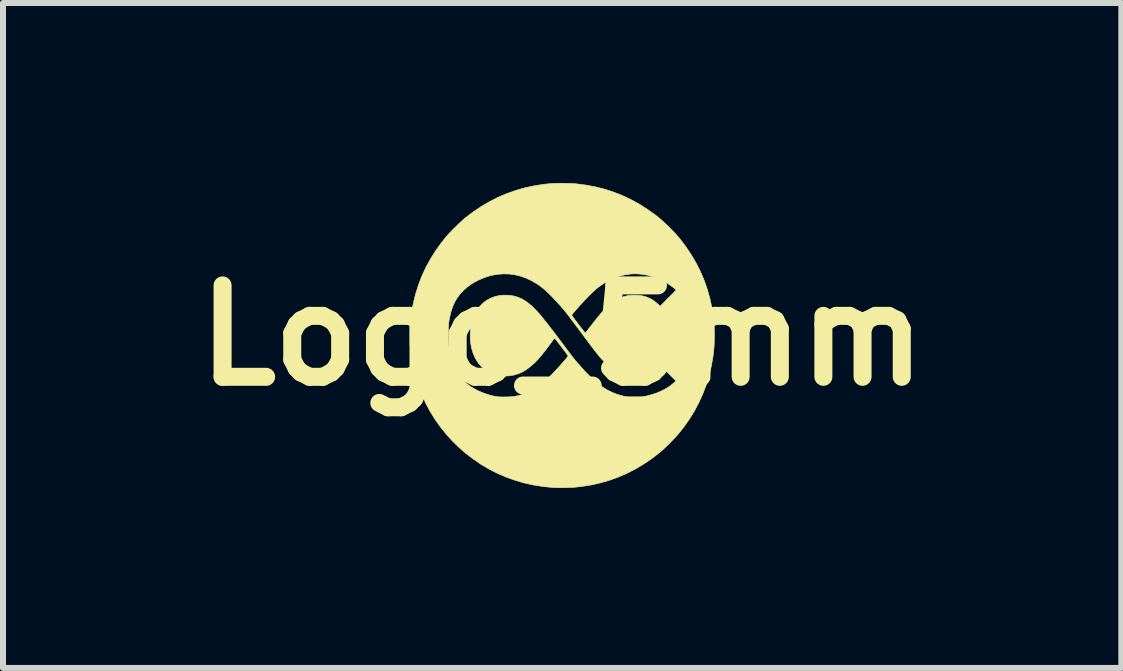
<source format=kicad_pcb>
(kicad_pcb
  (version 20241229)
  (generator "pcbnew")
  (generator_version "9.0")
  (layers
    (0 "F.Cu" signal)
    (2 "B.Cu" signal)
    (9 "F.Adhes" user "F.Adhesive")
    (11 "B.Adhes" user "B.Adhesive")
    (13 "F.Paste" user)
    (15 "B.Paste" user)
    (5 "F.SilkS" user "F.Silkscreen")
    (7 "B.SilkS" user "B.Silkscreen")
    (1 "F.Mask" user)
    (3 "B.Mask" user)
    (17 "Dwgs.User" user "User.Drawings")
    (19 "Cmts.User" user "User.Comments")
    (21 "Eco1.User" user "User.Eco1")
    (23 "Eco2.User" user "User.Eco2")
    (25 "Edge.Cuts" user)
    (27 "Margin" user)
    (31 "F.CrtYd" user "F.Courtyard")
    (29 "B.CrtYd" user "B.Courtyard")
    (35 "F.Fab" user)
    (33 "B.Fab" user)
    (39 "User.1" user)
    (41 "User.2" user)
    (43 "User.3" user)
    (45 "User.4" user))
  (footprint "Logo_5mm"
    (layer "F.Cu")
    (at 6.321 2.542)
    (property "Reference" "Logo_5mm" (at 0 0 0) (layer "F.SilkS") (effects (font (size 1.524 1.524) (thickness 0.3))))
    (attr through_hole)
    (fp_poly (pts (xy 0.043 -2.536) (xy 0.099 -2.535) (xy 0.152 -2.533) (xy 0.199 -2.531) (xy 0.234 -2.528) (xy 0.397 -2.507) (xy 0.555 -2.477) (xy 0.71 -2.438) (xy 0.861 -2.389) (xy 1.008 -2.331) (xy 1.151 -2.263) (xy 1.291 -2.186) (xy 1.426 -2.099) (xy 1.559 -2.004) (xy 1.631 -1.946) (xy 1.663 -1.918) (xy 1.7 -1.884) (xy 1.741 -1.845) (xy 1.783 -1.804) (xy 1.826 -1.761) (xy 1.867 -1.718) (xy 1.905 -1.677) (xy 1.938 -1.639) (xy 1.963 -1.61) (xy 2.062 -1.48) (xy 2.152 -1.345) (xy 2.233 -1.207) (xy 2.305 -1.065) (xy 2.367 -0.919) (xy 2.419 -0.77) (xy 2.462 -0.618) (xy 2.496 -0.462) (xy 2.512 -0.365) (xy 2.52 -0.305) (xy 2.526 -0.252) (xy 2.531 -0.201) (xy 2.534 -0.151) (xy 2.536 -0.098) (xy 2.537 -0.039) (xy 2.537 0) (xy 2.536 0.063) (xy 2.535 0.119) (xy 2.533 0.171) (xy 2.529 0.221) (xy 2.524 0.272) (xy 2.517 0.328) (xy 2.512 0.365) (xy 2.484 0.522) (xy 2.447 0.676) (xy 2.4 0.828) (xy 2.344 0.975) (xy 2.278 1.12) (xy 2.204 1.26) (xy 2.12 1.396) (xy 2.027 1.528) (xy 1.953 1.621) (xy 1.926 1.653) (xy 1.893 1.69) (xy 1.855 1.73) (xy 1.815 1.772) (xy 1.773 1.813) (xy 1.732 1.853) (xy 1.694 1.89) (xy 1.658 1.922) (xy 1.631 1.946) (xy 1.501 2.047) (xy 1.367 2.139) (xy 1.229 2.221) (xy 1.088 2.294) (xy 0.942 2.358) (xy 0.794 2.412) (xy 0.641 2.457) (xy 0.485 2.492) (xy 0.325 2.517) (xy 0.237 2.527) (xy 0.193 2.531) (xy 0.142 2.534) (xy 0.088 2.536) (xy 0.032 2.537) (xy -0.023 2.538) (xy -0.075 2.537) (xy -0.12 2.536) (xy -0.143 2.535) (xy -0.306 2.52) (xy -0.467 2.495) (xy -0.624 2.461) (xy -0.777 2.417) (xy -0.926 2.364) (xy -1.072 2.302) (xy -1.213 2.231) (xy -1.349 2.151) (xy -1.481 2.061) (xy -1.608 1.964) (xy -1.729 1.857) (xy -1.819 1.77) (xy -1.927 1.652) (xy -2.027 1.528) (xy -2.119 1.399) (xy -2.202 1.265) (xy -2.276 1.126) (xy -2.341 0.982) (xy -2.398 0.834) (xy -2.445 0.681) (xy -2.483 0.525) (xy -2.512 0.365) (xy -2.53 0.208) (xy -2.533 0.176) (xy -2.535 0.135) (xy -2.536 0.088) (xy -2.536 0.038) (xy -2.536 0.01) (xy -1.897 0.01) (xy -1.897 0.057) (xy -1.895 0.1) (xy -1.894 0.138) (xy -1.891 0.169) (xy -1.891 0.17) (xy -1.874 0.276) (xy -1.852 0.375) (xy -1.822 0.466) (xy -1.786 0.55) (xy -1.743 0.626) (xy -1.694 0.695) (xy -1.654 0.74) (xy -1.605 0.788) (xy -1.556 0.829) (xy -1.503 0.866) (xy -1.444 0.9) (xy -1.396 0.924) (xy -1.339 0.949) (xy -1.277 0.972) (xy -1.214 0.992) (xy -1.151 1.008) (xy -1.092 1.019) (xy -1.067 1.023) (xy -1.044 1.024) (xy -1.014 1.025) (xy -0.979 1.026) (xy -0.941 1.025) (xy -0.903 1.024) (xy -0.868 1.023) (xy -0.837 1.021) (xy -0.813 1.019) (xy -0.81 1.018) (xy -0.724 1.001) (xy -0.639 0.976) (xy -0.558 0.943) (xy -0.513 0.921) (xy -0.464 0.893) (xy -0.415 0.862) (xy -0.367 0.828) (xy -0.319 0.789) (xy -0.268 0.745) (xy -0.216 0.695) (xy -0.16 0.638) (xy -0.1 0.574) (xy -0.056 0.526) (xy -0.017 0.482) (xy 0.016 0.445) (xy 0.043 0.414) (xy 0.064 0.389) (xy 0.079 0.37) (xy 0.09 0.355) (xy 0.096 0.346) (xy 0.098 0.34) (xy 0.098 0.338) (xy 0.092 0.329) (xy 0.081 0.314) (xy 0.067 0.294) (xy 0.049 0.269) (xy 0.028 0.242) (xy 0.006 0.213) (xy -0.017 0.183) (xy -0.039 0.154) (xy -0.061 0.126) (xy -0.081 0.1) (xy -0.098 0.078) (xy -0.112 0.061) (xy -0.122 0.049) (xy -0.127 0.044) (xy -0.127 0.044) (xy -0.131 0.049) (xy -0.14 0.061) (xy -0.154 0.079) (xy -0.171 0.103) (xy -0.192 0.13) (xy -0.214 0.161) (xy -0.227 0.178) (xy -0.27 0.235) (xy -0.308 0.284) (xy -0.343 0.328) (xy -0.375 0.366) (xy -0.404 0.399) (xy -0.433 0.43) (xy -0.461 0.458) (xy -0.474 0.47) (xy -0.541 0.527) (xy -0.607 0.575) (xy -0.675 0.614) (xy -0.743 0.642) (xy -0.814 0.662) (xy -0.887 0.673) (xy -0.947 0.676) (xy -1.026 0.671) (xy -1.101 0.658) (xy -1.171 0.635) (xy -1.235 0.605) (xy -1.295 0.565) (xy -1.348 0.518) (xy -1.396 0.462) (xy -1.437 0.399) (xy -1.453 0.37) (xy -1.485 0.294) (xy -1.51 0.213) (xy -1.525 0.129) (xy -1.533 0.042) (xy -1.532 -0.047) (xy -1.522 -0.135) (xy -1.503 -0.222) (xy -1.503 -0.222) (xy -1.478 -0.302) (xy -1.445 -0.375) (xy -1.406 -0.44) (xy -1.36 -0.498) (xy -1.309 -0.548) (xy -1.252 -0.59) (xy -1.189 -0.623) (xy -1.122 -0.648) (xy -1.05 -0.665) (xy -0.973 -0.672) (xy -0.893 -0.67) (xy -0.892 -0.67) (xy -0.834 -0.663) (xy -0.777 -0.65) (xy -0.723 -0.632) (xy -0.669 -0.608) (xy -0.616 -0.576) (xy -0.563 -0.538) (xy -0.509 -0.492) (xy -0.453 -0.439) (xy -0.396 -0.377) (xy -0.335 -0.306) (xy -0.308 -0.272) (xy -0.255 -0.206) (xy -0.202 -0.138) (xy -0.146 -0.066) (xy -0.088 0.011) (xy -0.026 0.094) (xy 0.041 0.183) (xy 0.047 0.192) (xy 0.078 0.234) (xy 0.109 0.275) (xy 0.14 0.315) (xy 0.168 0.352) (xy 0.194 0.385) (xy 0.217 0.413) (xy 0.235 0.434) (xy 0.243 0.445) (xy 0.267 0.47) (xy 0.291 0.498) (xy 0.316 0.526) (xy 0.336 0.549) (xy 0.34 0.554) (xy 0.366 0.582) (xy 0.396 0.614) (xy 0.43 0.648) (xy 0.464 0.683) (xy 0.498 0.716) (xy 0.531 0.747) (xy 0.56 0.774) (xy 0.585 0.795) (xy 0.589 0.798) (xy 0.67 0.858) (xy 0.751 0.908) (xy 0.833 0.949) (xy 0.918 0.982) (xy 1.006 1.007) (xy 1.026 1.012) (xy 1.044 1.015) (xy 1.061 1.018) (xy 1.078 1.02) (xy 1.097 1.022) (xy 1.121 1.023) (xy 1.15 1.023) (xy 1.187 1.023) (xy 1.209 1.023) (xy 1.25 1.023) (xy 1.282 1.023) (xy 1.307 1.022) (xy 1.328 1.021) (xy 1.346 1.02) (xy 1.363 1.017) (xy 1.381 1.014) (xy 1.401 1.01) (xy 1.403 1.01) (xy 1.494 0.986) (xy 1.581 0.957) (xy 1.663 0.921) (xy 1.739 0.881) (xy 1.807 0.836) (xy 1.867 0.786) (xy 1.869 0.784) (xy 1.897 0.758) (xy 1.766 0.625) (xy 1.634 0.493) (xy 1.596 0.528) (xy 1.54 0.575) (xy 1.48 0.612) (xy 1.416 0.641) (xy 1.347 0.661) (xy 1.273 0.672) (xy 1.194 0.675) (xy 1.173 0.674) (xy 1.104 0.668) (xy 1.038 0.654) (xy 0.974 0.632) (xy 0.911 0.603) (xy 0.85 0.564) (xy 0.788 0.517) (xy 0.725 0.461) (xy 0.708 0.445) (xy 0.691 0.427) (xy 0.675 0.41) (xy 0.659 0.393) (xy 0.643 0.375) (xy 0.626 0.356) (xy 0.608 0.334) (xy 0.588 0.309) (xy 0.565 0.281) (xy 0.54 0.248) (xy 0.511 0.21) (xy 0.478 0.167) (xy 0.441 0.117) (xy 0.398 0.059) (xy 0.378 0.033) (xy 0.326 -0.037) (xy 0.28 -0.099) (xy 0.238 -0.154) (xy 0.202 -0.203) (xy 0.169 -0.247) (xy 0.14 -0.285) (xy 0.115 -0.319) (xy 0.101 -0.337) (xy 0.16 -0.337) (xy 0.16 -0.337) (xy 0.164 -0.33) (xy 0.173 -0.317) (xy 0.186 -0.299) (xy 0.203 -0.275) (xy 0.223 -0.249) (xy 0.245 -0.22) (xy 0.267 -0.191) (xy 0.29 -0.161) (xy 0.312 -0.132) (xy 0.333 -0.105) (xy 0.351 -0.082) (xy 0.367 -0.062) (xy 0.378 -0.048) (xy 0.385 -0.041) (xy 0.387 -0.039) (xy 0.39 -0.044) (xy 0.4 -0.056) (xy 0.414 -0.074) (xy 0.431 -0.097) (xy 0.451 -0.123) (xy 0.474 -0.152) (xy 0.478 -0.157) (xy 0.52 -0.212) (xy 0.556 -0.258) (xy 0.589 -0.299) (xy 0.619 -0.335) (xy 0.646 -0.367) (xy 0.672 -0.396) (xy 0.698 -0.423) (xy 0.721 -0.447) (xy 0.783 -0.505) (xy 0.843 -0.553) (xy 0.904 -0.593) (xy 0.964 -0.624) (xy 1.026 -0.647) (xy 1.091 -0.663) (xy 1.092 -0.664) (xy 1.125 -0.668) (xy 1.164 -0.671) (xy 1.207 -0.671) (xy 1.25 -0.67) (xy 1.29 -0.668) (xy 1.322 -0.663) (xy 1.393 -0.646) (xy 1.459 -0.619) (xy 1.522 -0.583) (xy 1.579 -0.538) (xy 1.595 -0.523) (xy 1.632 -0.487) (xy 1.766 -0.621) (xy 1.796 -0.651) (xy 1.824 -0.679) (xy 1.849 -0.704) (xy 1.87 -0.725) (xy 1.885 -0.742) (xy 1.896 -0.753) (xy 1.9 -0.757) (xy 1.9 -0.757) (xy 1.896 -0.763) (xy 1.885 -0.772) (xy 1.87 -0.786) (xy 1.85 -0.801) (xy 1.829 -0.817) (xy 1.807 -0.833) (xy 1.787 -0.848) (xy 1.78 -0.852) (xy 1.695 -0.904) (xy 1.605 -0.946) (xy 1.514 -0.98) (xy 1.421 -1.005) (xy 1.327 -1.021) (xy 1.233 -1.028) (xy 1.153 -1.026) (xy 1.057 -1.013) (xy 0.962 -0.991) (xy 0.869 -0.959) (xy 0.778 -0.917) (xy 0.688 -0.864) (xy 0.599 -0.802) (xy 0.594 -0.798) (xy 0.566 -0.775) (xy 0.531 -0.744) (xy 0.493 -0.708) (xy 0.451 -0.666) (xy 0.407 -0.621) (xy 0.362 -0.573) (xy 0.325 -0.533) (xy 0.283 -0.487) (xy 0.248 -0.447) (xy 0.219 -0.414) (xy 0.196 -0.388) (xy 0.179 -0.367) (xy 0.168 -0.352) (xy 0.161 -0.342) (xy 0.16 -0.337) (xy 0.101 -0.337) (xy 0.092 -0.348) (xy 0.071 -0.375) (xy 0.052 -0.399) (xy 0.035 -0.421) (xy 0.018 -0.441) (xy 0.001 -0.46) (xy -0.015 -0.479) (xy -0.033 -0.499) (xy -0.051 -0.519) (xy -0.071 -0.541) (xy -0.093 -0.565) (xy -0.118 -0.591) (xy -0.133 -0.607) (xy -0.187 -0.664) (xy -0.237 -0.714) (xy -0.285 -0.758) (xy -0.332 -0.797) (xy -0.38 -0.833) (xy -0.419 -0.86) (xy -0.508 -0.912) (xy -0.599 -0.955) (xy -0.691 -0.988) (xy -0.785 -1.011) (xy -0.88 -1.024) (xy -0.976 -1.027) (xy -1.074 -1.02) (xy -1.172 -1.003) (xy -1.193 -0.998) (xy -1.259 -0.978) (xy -1.329 -0.952) (xy -1.398 -0.922) (xy -1.464 -0.887) (xy -1.509 -0.86) (xy -1.581 -0.809) (xy -1.644 -0.753) (xy -1.7 -0.693) (xy -1.749 -0.628) (xy -1.791 -0.557) (xy -1.825 -0.479) (xy -1.854 -0.394) (xy -1.876 -0.301) (xy -1.888 -0.234) (xy -1.891 -0.207) (xy -1.894 -0.172) (xy -1.896 -0.131) (xy -1.897 -0.086) (xy -1.897 -0.038) (xy -1.897 0.01) (xy -2.536 0.01) (xy -2.537 -0.014) (xy -2.536 -0.065) (xy -2.535 -0.114) (xy -2.534 -0.157) (xy -2.532 -0.194) (xy -2.53 -0.208) (xy -2.511 -0.373) (xy -2.482 -0.533) (xy -2.444 -0.688) (xy -2.396 -0.84) (xy -2.34 -0.987) (xy -2.274 -1.13) (xy -2.198 -1.27) (xy -2.113 -1.406) (xy -2.019 -1.538) (xy -1.946 -1.631) (xy -1.918 -1.663) (xy -1.885 -1.699) (xy -1.846 -1.74) (xy -1.805 -1.782) (xy -1.762 -1.824) (xy -1.72 -1.865) (xy -1.679 -1.903) (xy -1.642 -1.936) (xy -1.612 -1.962) (xy -1.482 -2.061) (xy -1.348 -2.151) (xy -1.211 -2.231) (xy -1.07 -2.303) (xy -0.925 -2.364) (xy -0.776 -2.417) (xy -0.623 -2.461) (xy -0.466 -2.495) (xy -0.304 -2.52) (xy -0.208 -2.53) (xy -0.169 -2.533) (xy -0.123 -2.535) (xy -0.07 -2.536) (xy -0.014 -2.537) (xy 0.043 -2.536)) (stroke (width 0.01) (type solid)) (fill yes) (layer "F.SilkS")))
  (gr_rect
    (start -3 -3)
    (end 15.642 8.084)
    (stroke (width 0.1) (type default))
    (fill no)
    (layer "Edge.Cuts")))
</source>
